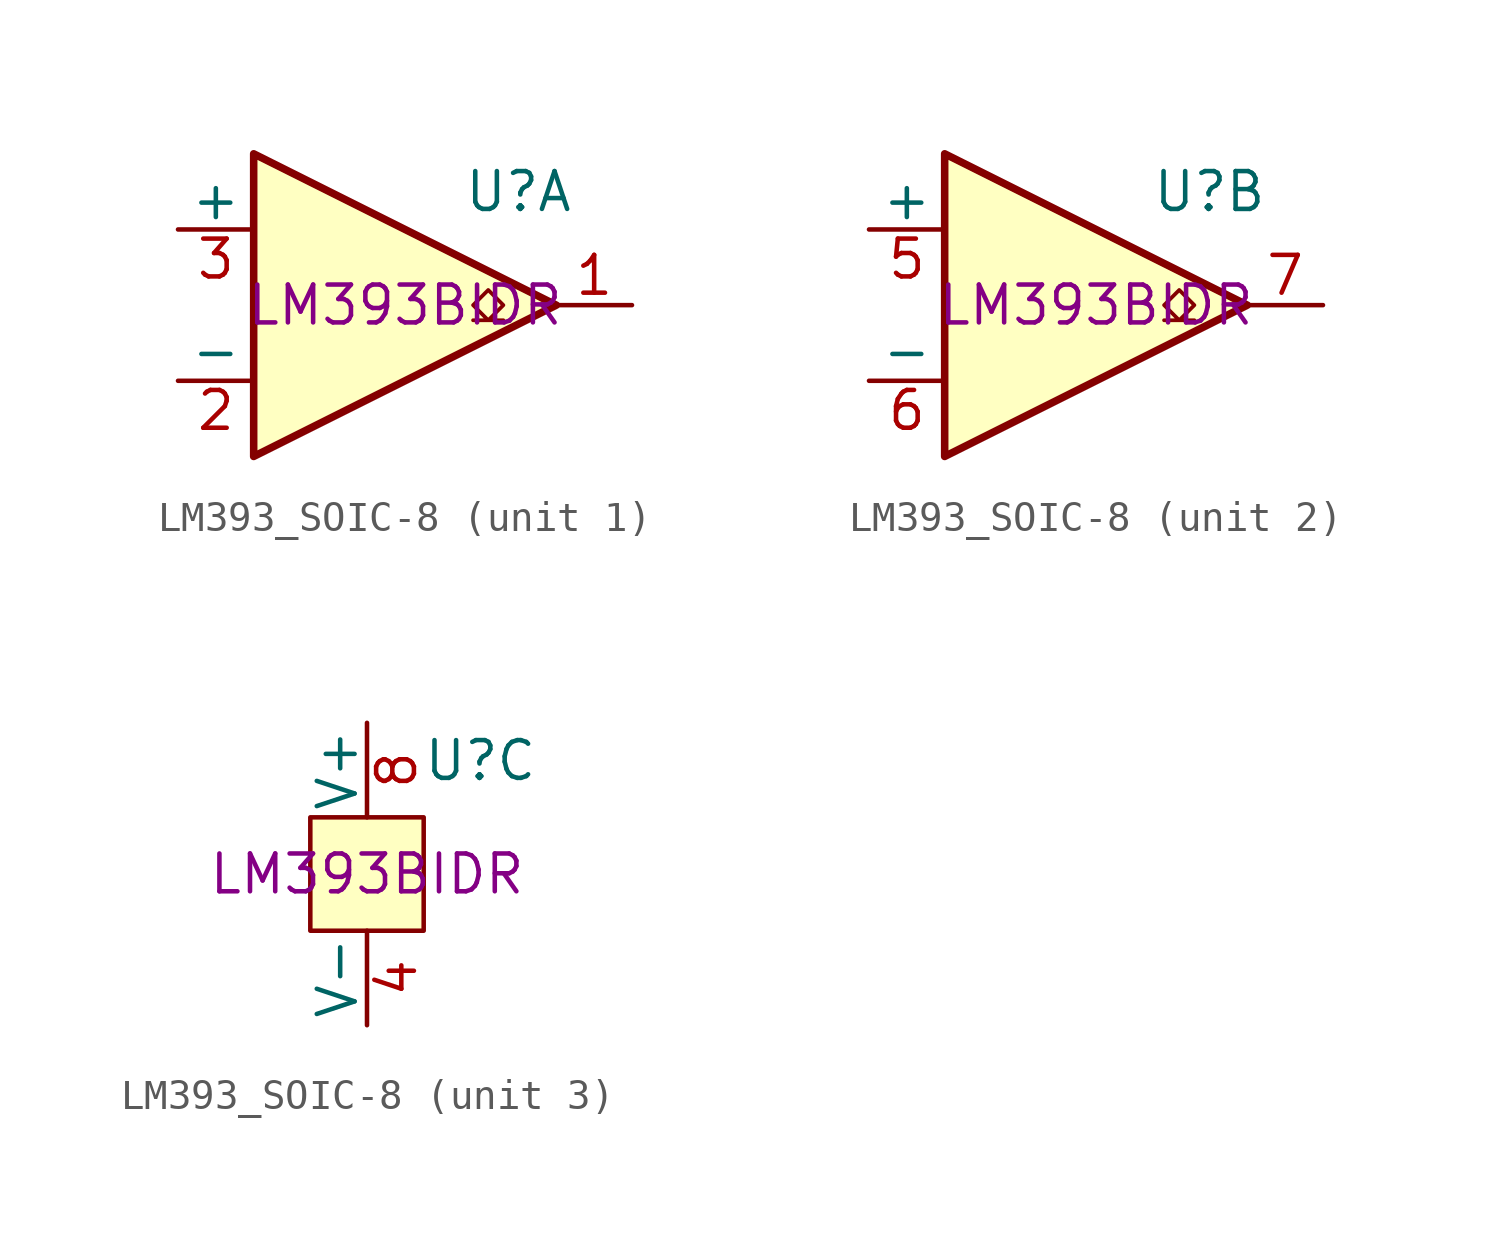
<source format=kicad_sym>
(kicad_symbol_lib
  (version 20220914)
  (generator kicad_symbol_editor)
  (symbol "LM393_SOIC-8"
    (pin_names
      (offset 0))
    (property "Reference" "U"
      (at 3.81 3.81 0)
      (effects (font (size 1.27 1.27))))
    (property "Manufacturer Part Number" "LM393BIDR"
      (at 0 0 0)
      (effects (font (size 1.27 1.27))))
    (property "ki_locked" ""
      (at 0 0 0)
      (effects (font (size 1.27 1.27))))
    (symbol "LM393_SOIC-8_1_1"
      (polyline (pts (xy -5.08 5.08) (xy 5.08 0) (xy -5.08 -5.08) (xy -5.08 5.08)) (stroke (width 0.254) (type default)) (fill (type background)))
      (polyline (pts (xy 3.302 -0.508) (xy 2.794 -0.508) (xy 3.302 0) (xy 2.794 0.508) (xy 2.286 0) (xy 2.794 -0.508) (xy 2.286 -0.508)) (stroke (width 0.127) (type default)) (fill (type none)))
      (pin open_collector line (at 7.62 0 180) (length 2.54) (name "~" (effects (font (size 1.27 1.27)))) (number "1" (effects (font (size 1.27 1.27)))))
      (pin input line (at -7.62 -2.54 0) (length 2.54) (name "-" (effects (font (size 1.27 1.27)))) (number "2" (effects (font (size 1.27 1.27)))))
      (pin input line (at -7.62 2.54 0) (length 2.54) (name "+" (effects (font (size 1.27 1.27)))) (number "3" (effects (font (size 1.27 1.27))))))
    (symbol "LM393_SOIC-8_2_1"
      (polyline (pts (xy -5.08 5.08) (xy 5.08 0) (xy -5.08 -5.08) (xy -5.08 5.08)) (stroke (width 0.254) (type default)) (fill (type background)))
      (polyline (pts (xy 3.302 -0.508) (xy 2.794 -0.508) (xy 3.302 0) (xy 2.794 0.508) (xy 2.286 0) (xy 2.794 -0.508) (xy 2.286 -0.508)) (stroke (width 0.127) (type default)) (fill (type none)))
      (pin input line (at -7.62 2.54 0) (length 2.54) (name "+" (effects (font (size 1.27 1.27)))) (number "5" (effects (font (size 1.27 1.27)))))
      (pin input line (at -7.62 -2.54 0) (length 2.54) (name "-" (effects (font (size 1.27 1.27)))) (number "6" (effects (font (size 1.27 1.27)))))
      (pin open_collector line (at 7.62 0 180) (length 2.54) (name "~" (effects (font (size 1.27 1.27)))) (number "7" (effects (font (size 1.27 1.27))))))
    (symbol "LM393_SOIC-8_3_1"
      (rectangle (start -1.905 1.905) (end 1.905 -1.905) (stroke (width 0) (type default)) (fill (type background)))
      (pin power_in line (at 0 -5.08 90) (length 3.175) (name "V-" (effects (font (size 1.27 1.27)))) (number "4" (effects (font (size 1.27 1.27)))))
      (pin power_in line (at 0 5.08 270) (length 3.175) (name "V+" (effects (font (size 1.27 1.27)))) (number "8" (effects (font (size 1.27 1.27))))))))
</source>
